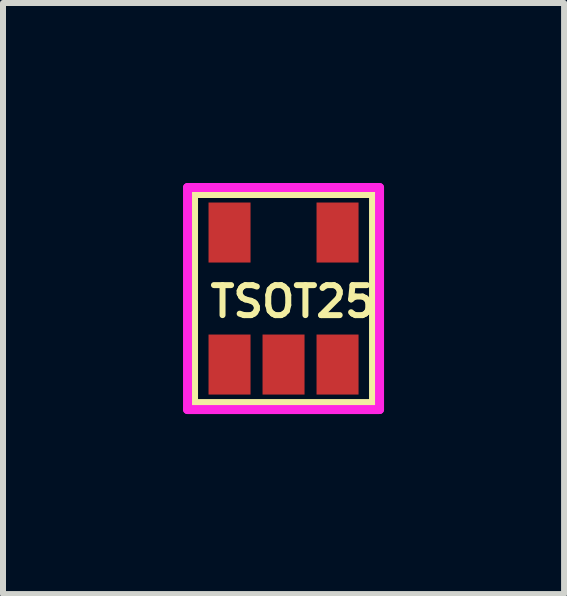
<source format=kicad_pcb>
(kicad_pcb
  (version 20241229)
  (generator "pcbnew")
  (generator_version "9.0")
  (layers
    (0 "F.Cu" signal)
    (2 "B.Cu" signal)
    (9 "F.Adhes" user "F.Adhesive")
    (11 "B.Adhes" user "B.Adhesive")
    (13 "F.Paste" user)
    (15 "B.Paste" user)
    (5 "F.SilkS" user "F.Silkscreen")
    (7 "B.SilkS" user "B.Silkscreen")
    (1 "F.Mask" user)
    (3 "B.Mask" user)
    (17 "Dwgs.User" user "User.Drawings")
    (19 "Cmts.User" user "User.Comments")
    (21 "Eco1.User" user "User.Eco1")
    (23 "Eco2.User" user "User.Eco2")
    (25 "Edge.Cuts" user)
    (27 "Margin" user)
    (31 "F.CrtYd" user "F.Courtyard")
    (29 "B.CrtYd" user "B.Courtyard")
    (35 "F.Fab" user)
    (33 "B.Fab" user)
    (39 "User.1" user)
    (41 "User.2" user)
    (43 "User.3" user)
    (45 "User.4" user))
  (footprint "TSOT25"
    (layer "F.Cu")
    (at 1.675 1.925)
    (property "Reference" "TSOT25" (at 0.15 0.05 0) (layer "F.SilkS") (effects (font (size 0.5 0.5) (thickness 0.1))))
    (attr through_hole)
    (fp_line (start -1.5 -1.75) (end 1.5 -1.75) (stroke (width 0.15) (type solid)) (layer "F.SilkS"))
    (fp_line (start -1.5 1.75) (end -1.5 -1.75) (stroke (width 0.15) (type solid)) (layer "F.SilkS"))
    (fp_line (start 1.5 -1.75) (end 1.5 1.75) (stroke (width 0.15) (type solid)) (layer "F.SilkS"))
    (fp_line (start 1.5 1.75) (end -1.5 1.75) (stroke (width 0.15) (type solid)) (layer "F.SilkS"))
    (fp_line (start -1.6 -1.85) (end 1.6 -1.85) (stroke (width 0.15) (type solid)) (layer "F.CrtYd"))
    (fp_line (start -1.6 1.85) (end -1.6 -1.85) (stroke (width 0.15) (type solid)) (layer "F.CrtYd"))
    (fp_line (start 1.6 -1.85) (end 1.6 1.85) (stroke (width 0.15) (type solid)) (layer "F.CrtYd"))
    (fp_line (start 1.6 1.85) (end -1.6 1.85) (stroke (width 0.15) (type solid)) (layer "F.CrtYd"))
    (pad "1" smd rect (at -0.9 1.1) (size 0.7 1) (layers "F.Cu" "F.Mask" "F.Paste"))
    (pad "2" smd rect (at 0 1.1) (size 0.7 1) (layers "F.Cu" "F.Mask" "F.Paste"))
    (pad "3" smd rect (at 0.9 1.1) (size 0.7 1) (layers "F.Cu" "F.Mask" "F.Paste"))
    (pad "4" smd rect (at 0.9 -1.1) (size 0.7 1) (layers "F.Cu" "F.Mask" "F.Paste"))
    (pad "5" smd rect (at -0.9 -1.1) (size 0.7 1) (layers "F.Cu" "F.Mask" "F.Paste")))
  (gr_rect
    (start -3 -3)
    (end 6.35 6.85)
    (stroke (width 0.1) (type default))
    (fill no)
    (layer "Edge.Cuts")))
</source>
